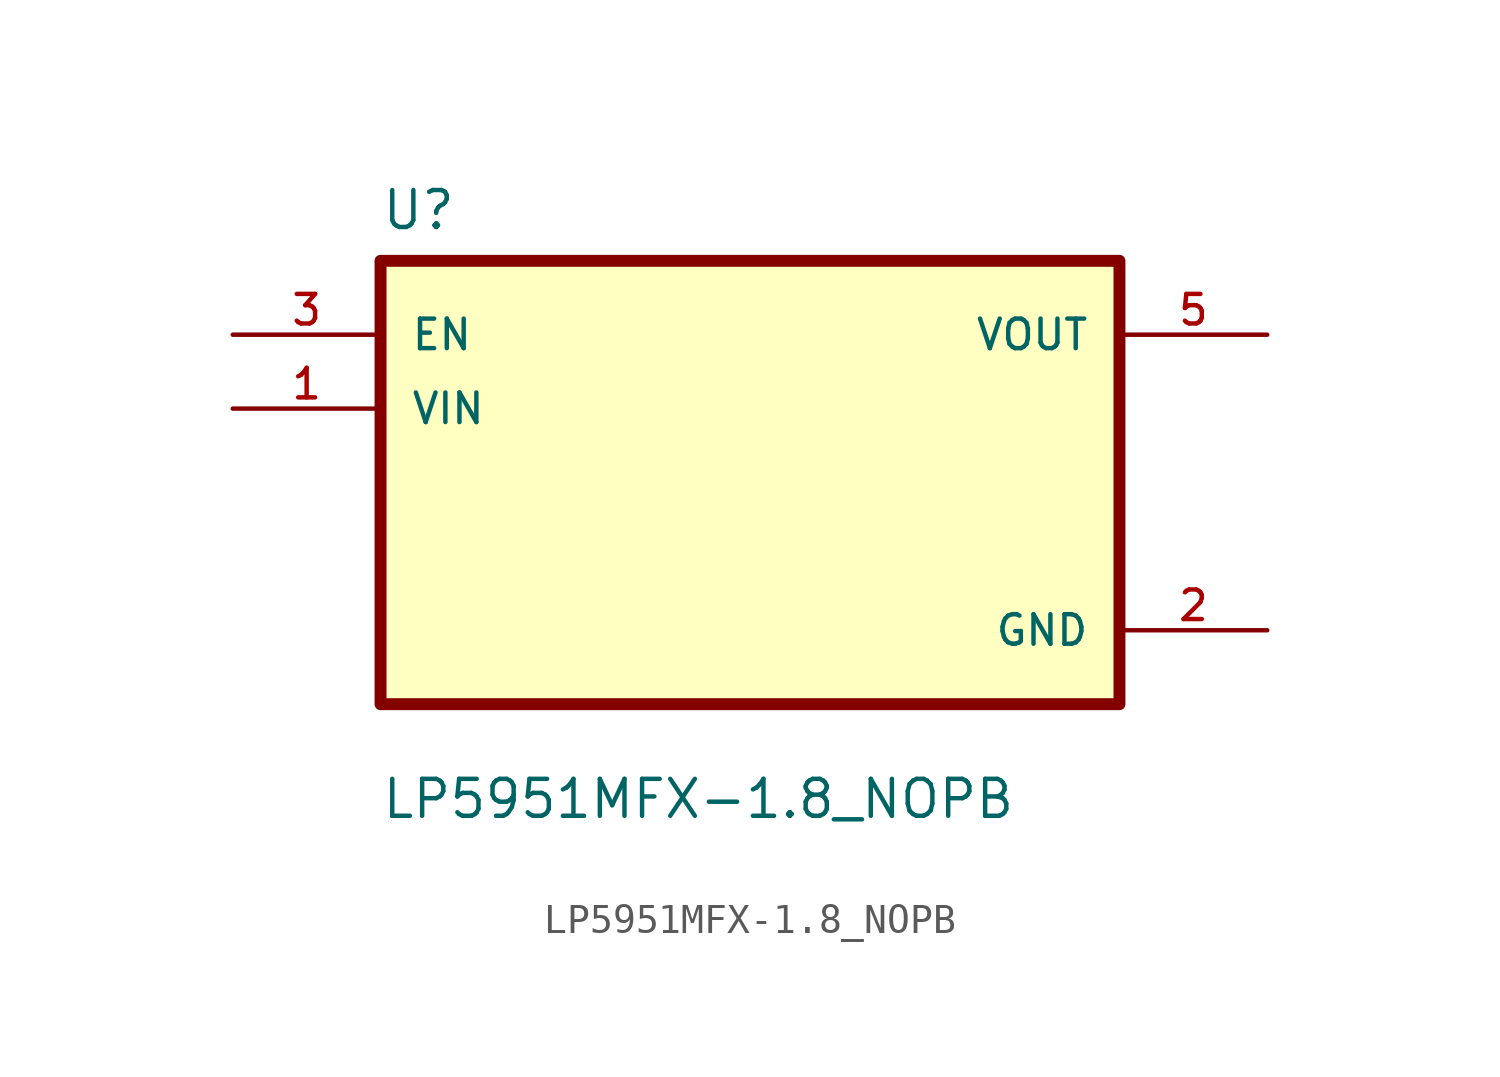
<source format=kicad_sym>
(kicad_symbol_lib
  (version 20220914)
  (generator kicad_symbol_editor)
  (symbol "LP5951MFX-1.8_NOPB"
    (pin_names
      (offset 1.016))
    (property "Reference" "U"
      (at -12.7 8.62 0)
      (effects (font (size 1.27 1.27)) (justify left bottom)))
    (property "Value" "LP5951MFX-1.8_NOPB"
      (at -12.7 -11.62 0)
      (effects (font (size 1.27 1.27)) (justify left bottom)))
    (symbol "LP5951MFX-1.8_NOPB_0_0"
      (rectangle (start -12.7 7.62) (end 12.7 -7.62) (stroke (width 0.41) (type default)) (fill (type background)))
      (pin input line (at -17.78 2.54 0) (length 5.08) (name "VIN" (effects (font (size 1.016 1.016)))) (number "1" (effects (font (size 1.016 1.016)))))
      (pin power_in line (at 17.78 -5.08 180) (length 5.08) (name "GND" (effects (font (size 1.016 1.016)))) (number "2" (effects (font (size 1.016 1.016)))))
      (pin input line (at -17.78 5.08 0) (length 5.08) (name "EN" (effects (font (size 1.016 1.016)))) (number "3" (effects (font (size 1.016 1.016)))))
      (pin output line (at 17.78 5.08 180) (length 5.08) (name "VOUT" (effects (font (size 1.016 1.016)))) (number "5" (effects (font (size 1.016 1.016))))))))
</source>
